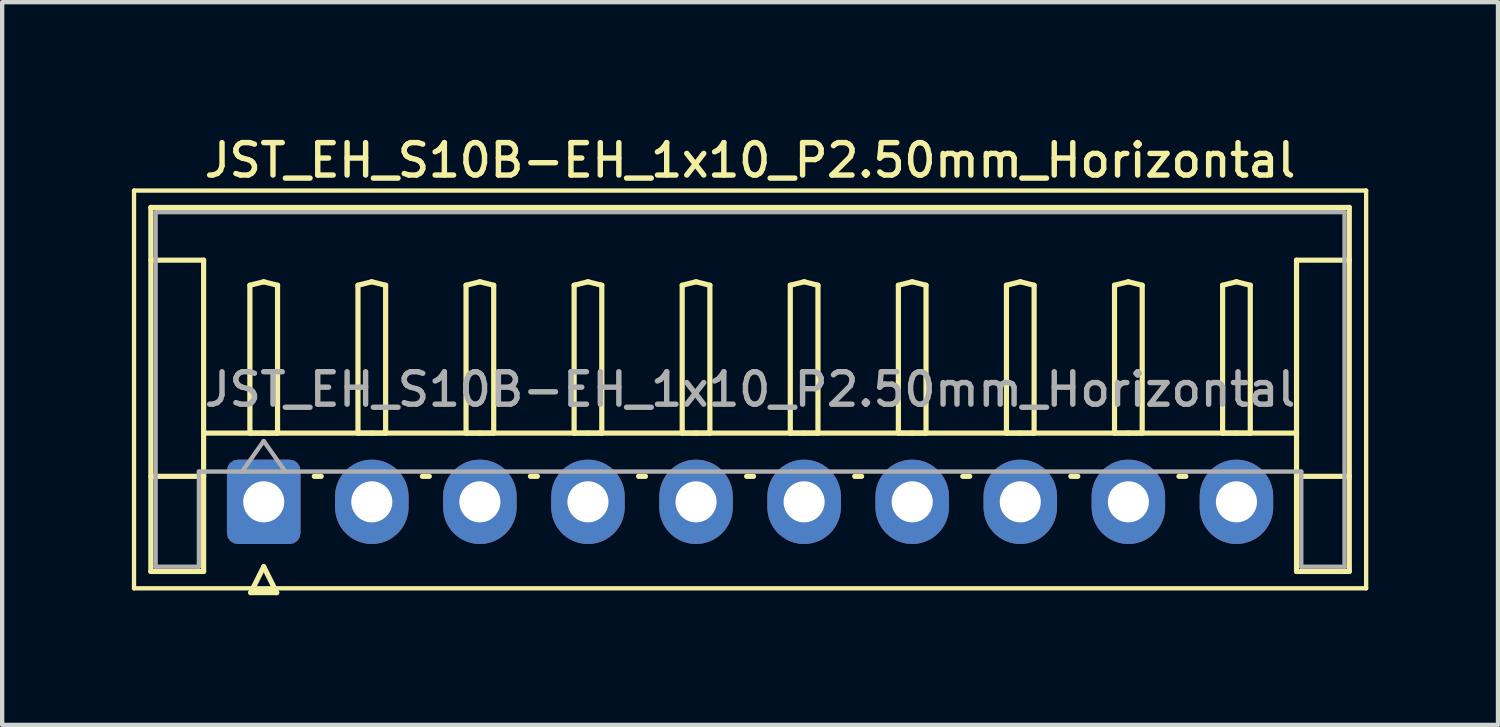
<source format=kicad_pcb>
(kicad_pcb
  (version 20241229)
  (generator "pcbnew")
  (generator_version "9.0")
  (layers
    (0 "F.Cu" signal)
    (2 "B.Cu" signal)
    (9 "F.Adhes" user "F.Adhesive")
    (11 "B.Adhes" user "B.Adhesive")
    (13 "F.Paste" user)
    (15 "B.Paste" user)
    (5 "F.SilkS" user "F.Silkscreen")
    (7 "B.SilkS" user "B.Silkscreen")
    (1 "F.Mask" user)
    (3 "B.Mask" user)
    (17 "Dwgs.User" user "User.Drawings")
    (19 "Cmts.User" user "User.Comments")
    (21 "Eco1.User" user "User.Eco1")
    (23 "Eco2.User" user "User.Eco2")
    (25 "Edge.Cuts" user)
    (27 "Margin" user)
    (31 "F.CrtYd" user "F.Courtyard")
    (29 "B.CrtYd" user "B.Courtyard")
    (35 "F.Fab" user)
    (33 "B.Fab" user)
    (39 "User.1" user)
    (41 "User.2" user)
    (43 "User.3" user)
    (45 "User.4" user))
  (footprint "JST_EH_S10B-EH_1x10_P2.50mm_Horizontal"
    (layer "F.Cu")
    (at 3.05 8.558)
    (property "Reference" "JST_EH_S10B-EH_1x10_P2.50mm_Horizontal" (at 11.25 -7.9 0) (layer "F.SilkS") (effects (font (size 0.75 0.75) (thickness 0.125))))
    (attr through_hole)
    (fp_line (start -3 -7.2) (end -3 2) (stroke (width 0.1) (type solid)) (layer "F.SilkS"))
    (fp_line (start -3 2) (end 25.5 2) (stroke (width 0.1) (type solid)) (layer "F.SilkS"))
    (fp_line (start -2.61 -6.81) (end 25.11 -6.81) (stroke (width 0.12) (type solid)) (layer "F.SilkS"))
    (fp_line (start -2.61 -5.59) (end -1.39 -5.59) (stroke (width 0.12) (type solid)) (layer "F.SilkS"))
    (fp_line (start -2.61 1.61) (end -2.61 -6.81) (stroke (width 0.12) (type solid)) (layer "F.SilkS"))
    (fp_line (start -1.39 -5.59) (end -1.39 -0.59) (stroke (width 0.12) (type solid)) (layer "F.SilkS"))
    (fp_line (start -1.39 -1.59) (end 23.89 -1.59) (stroke (width 0.12) (type solid)) (layer "F.SilkS"))
    (fp_line (start -1.39 -0.59) (end -2.61 -0.59) (stroke (width 0.12) (type solid)) (layer "F.SilkS"))
    (fp_line (start -1.39 -0.59) (end -1.39 1.61) (stroke (width 0.12) (type solid)) (layer "F.SilkS"))
    (fp_line (start -1.39 1.61) (end -2.61 1.61) (stroke (width 0.12) (type solid)) (layer "F.SilkS"))
    (fp_line (start -0.32 -5.01) (end 0 -5.09) (stroke (width 0.12) (type solid)) (layer "F.SilkS"))
    (fp_line (start -0.32 -1.59) (end -0.32 -5.01) (stroke (width 0.12) (type solid)) (layer "F.SilkS"))
    (fp_line (start -0.3 2.1) (end 0.3 2.1) (stroke (width 0.12) (type solid)) (layer "F.SilkS"))
    (fp_line (start 0 -5.09) (end 0.32 -5.01) (stroke (width 0.12) (type solid)) (layer "F.SilkS"))
    (fp_line (start 0 -1.59) (end -0.32 -1.59) (stroke (width 0.12) (type solid)) (layer "F.SilkS"))
    (fp_line (start 0 1.5) (end -0.3 2.1) (stroke (width 0.12) (type solid)) (layer "F.SilkS"))
    (fp_line (start 0.3 2.1) (end 0 1.5) (stroke (width 0.12) (type solid)) (layer "F.SilkS"))
    (fp_line (start 0.32 -5.01) (end 0.32 -1.59) (stroke (width 0.12) (type solid)) (layer "F.SilkS"))
    (fp_line (start 0.32 -1.59) (end 0 -1.59) (stroke (width 0.12) (type solid)) (layer "F.SilkS"))
    (fp_line (start 1.17 -0.59) (end 1.33 -0.59) (stroke (width 0.12) (type solid)) (layer "F.SilkS"))
    (fp_line (start 2.18 -5.01) (end 2.5 -5.09) (stroke (width 0.12) (type solid)) (layer "F.SilkS"))
    (fp_line (start 2.18 -1.59) (end 2.18 -5.01) (stroke (width 0.12) (type solid)) (layer "F.SilkS"))
    (fp_line (start 2.5 -5.09) (end 2.82 -5.01) (stroke (width 0.12) (type solid)) (layer "F.SilkS"))
    (fp_line (start 2.5 -1.59) (end 2.18 -1.59) (stroke (width 0.12) (type solid)) (layer "F.SilkS"))
    (fp_line (start 2.82 -5.01) (end 2.82 -1.59) (stroke (width 0.12) (type solid)) (layer "F.SilkS"))
    (fp_line (start 2.82 -1.59) (end 2.5 -1.59) (stroke (width 0.12) (type solid)) (layer "F.SilkS"))
    (fp_line (start 3.67 -0.59) (end 3.83 -0.59) (stroke (width 0.12) (type solid)) (layer "F.SilkS"))
    (fp_line (start 4.68 -5.01) (end 5 -5.09) (stroke (width 0.12) (type solid)) (layer "F.SilkS"))
    (fp_line (start 4.68 -1.59) (end 4.68 -5.01) (stroke (width 0.12) (type solid)) (layer "F.SilkS"))
    (fp_line (start 5 -5.09) (end 5.32 -5.01) (stroke (width 0.12) (type solid)) (layer "F.SilkS"))
    (fp_line (start 5 -1.59) (end 4.68 -1.59) (stroke (width 0.12) (type solid)) (layer "F.SilkS"))
    (fp_line (start 5.32 -5.01) (end 5.32 -1.59) (stroke (width 0.12) (type solid)) (layer "F.SilkS"))
    (fp_line (start 5.32 -1.59) (end 5 -1.59) (stroke (width 0.12) (type solid)) (layer "F.SilkS"))
    (fp_line (start 6.17 -0.59) (end 6.33 -0.59) (stroke (width 0.12) (type solid)) (layer "F.SilkS"))
    (fp_line (start 7.18 -5.01) (end 7.5 -5.09) (stroke (width 0.12) (type solid)) (layer "F.SilkS"))
    (fp_line (start 7.18 -1.59) (end 7.18 -5.01) (stroke (width 0.12) (type solid)) (layer "F.SilkS"))
    (fp_line (start 7.5 -5.09) (end 7.82 -5.01) (stroke (width 0.12) (type solid)) (layer "F.SilkS"))
    (fp_line (start 7.5 -1.59) (end 7.18 -1.59) (stroke (width 0.12) (type solid)) (layer "F.SilkS"))
    (fp_line (start 7.82 -5.01) (end 7.82 -1.59) (stroke (width 0.12) (type solid)) (layer "F.SilkS"))
    (fp_line (start 7.82 -1.59) (end 7.5 -1.59) (stroke (width 0.12) (type solid)) (layer "F.SilkS"))
    (fp_line (start 8.67 -0.59) (end 8.83 -0.59) (stroke (width 0.12) (type solid)) (layer "F.SilkS"))
    (fp_line (start 9.68 -5.01) (end 10 -5.09) (stroke (width 0.12) (type solid)) (layer "F.SilkS"))
    (fp_line (start 9.68 -1.59) (end 9.68 -5.01) (stroke (width 0.12) (type solid)) (layer "F.SilkS"))
    (fp_line (start 10 -5.09) (end 10.32 -5.01) (stroke (width 0.12) (type solid)) (layer "F.SilkS"))
    (fp_line (start 10 -1.59) (end 9.68 -1.59) (stroke (width 0.12) (type solid)) (layer "F.SilkS"))
    (fp_line (start 10.32 -5.01) (end 10.32 -1.59) (stroke (width 0.12) (type solid)) (layer "F.SilkS"))
    (fp_line (start 10.32 -1.59) (end 10 -1.59) (stroke (width 0.12) (type solid)) (layer "F.SilkS"))
    (fp_line (start 11.17 -0.59) (end 11.33 -0.59) (stroke (width 0.12) (type solid)) (layer "F.SilkS"))
    (fp_line (start 12.18 -5.01) (end 12.5 -5.09) (stroke (width 0.12) (type solid)) (layer "F.SilkS"))
    (fp_line (start 12.18 -1.59) (end 12.18 -5.01) (stroke (width 0.12) (type solid)) (layer "F.SilkS"))
    (fp_line (start 12.5 -5.09) (end 12.82 -5.01) (stroke (width 0.12) (type solid)) (layer "F.SilkS"))
    (fp_line (start 12.5 -1.59) (end 12.18 -1.59) (stroke (width 0.12) (type solid)) (layer "F.SilkS"))
    (fp_line (start 12.82 -5.01) (end 12.82 -1.59) (stroke (width 0.12) (type solid)) (layer "F.SilkS"))
    (fp_line (start 12.82 -1.59) (end 12.5 -1.59) (stroke (width 0.12) (type solid)) (layer "F.SilkS"))
    (fp_line (start 13.67 -0.59) (end 13.83 -0.59) (stroke (width 0.12) (type solid)) (layer "F.SilkS"))
    (fp_line (start 14.68 -5.01) (end 15 -5.09) (stroke (width 0.12) (type solid)) (layer "F.SilkS"))
    (fp_line (start 14.68 -1.59) (end 14.68 -5.01) (stroke (width 0.12) (type solid)) (layer "F.SilkS"))
    (fp_line (start 15 -5.09) (end 15.32 -5.01) (stroke (width 0.12) (type solid)) (layer "F.SilkS"))
    (fp_line (start 15 -1.59) (end 14.68 -1.59) (stroke (width 0.12) (type solid)) (layer "F.SilkS"))
    (fp_line (start 15.32 -5.01) (end 15.32 -1.59) (stroke (width 0.12) (type solid)) (layer "F.SilkS"))
    (fp_line (start 15.32 -1.59) (end 15 -1.59) (stroke (width 0.12) (type solid)) (layer "F.SilkS"))
    (fp_line (start 16.17 -0.59) (end 16.33 -0.59) (stroke (width 0.12) (type solid)) (layer "F.SilkS"))
    (fp_line (start 17.18 -5.01) (end 17.5 -5.09) (stroke (width 0.12) (type solid)) (layer "F.SilkS"))
    (fp_line (start 17.18 -1.59) (end 17.18 -5.01) (stroke (width 0.12) (type solid)) (layer "F.SilkS"))
    (fp_line (start 17.5 -5.09) (end 17.82 -5.01) (stroke (width 0.12) (type solid)) (layer "F.SilkS"))
    (fp_line (start 17.5 -1.59) (end 17.18 -1.59) (stroke (width 0.12) (type solid)) (layer "F.SilkS"))
    (fp_line (start 17.82 -5.01) (end 17.82 -1.59) (stroke (width 0.12) (type solid)) (layer "F.SilkS"))
    (fp_line (start 17.82 -1.59) (end 17.5 -1.59) (stroke (width 0.12) (type solid)) (layer "F.SilkS"))
    (fp_line (start 18.67 -0.59) (end 18.83 -0.59) (stroke (width 0.12) (type solid)) (layer "F.SilkS"))
    (fp_line (start 19.68 -5.01) (end 20 -5.09) (stroke (width 0.12) (type solid)) (layer "F.SilkS"))
    (fp_line (start 19.68 -1.59) (end 19.68 -5.01) (stroke (width 0.12) (type solid)) (layer "F.SilkS"))
    (fp_line (start 20 -5.09) (end 20.32 -5.01) (stroke (width 0.12) (type solid)) (layer "F.SilkS"))
    (fp_line (start 20 -1.59) (end 19.68 -1.59) (stroke (width 0.12) (type solid)) (layer "F.SilkS"))
    (fp_line (start 20.32 -5.01) (end 20.32 -1.59) (stroke (width 0.12) (type solid)) (layer "F.SilkS"))
    (fp_line (start 20.32 -1.59) (end 20 -1.59) (stroke (width 0.12) (type solid)) (layer "F.SilkS"))
    (fp_line (start 21.17 -0.59) (end 21.33 -0.59) (stroke (width 0.12) (type solid)) (layer "F.SilkS"))
    (fp_line (start 22.18 -5.01) (end 22.5 -5.09) (stroke (width 0.12) (type solid)) (layer "F.SilkS"))
    (fp_line (start 22.18 -1.59) (end 22.18 -5.01) (stroke (width 0.12) (type solid)) (layer "F.SilkS"))
    (fp_line (start 22.5 -5.09) (end 22.82 -5.01) (stroke (width 0.12) (type solid)) (layer "F.SilkS"))
    (fp_line (start 22.5 -1.59) (end 22.18 -1.59) (stroke (width 0.12) (type solid)) (layer "F.SilkS"))
    (fp_line (start 22.82 -5.01) (end 22.82 -1.59) (stroke (width 0.12) (type solid)) (layer "F.SilkS"))
    (fp_line (start 22.82 -1.59) (end 22.5 -1.59) (stroke (width 0.12) (type solid)) (layer "F.SilkS"))
    (fp_line (start 23.89 -5.59) (end 23.89 -0.59) (stroke (width 0.12) (type solid)) (layer "F.SilkS"))
    (fp_line (start 23.89 -0.59) (end 25.11 -0.59) (stroke (width 0.12) (type solid)) (layer "F.SilkS"))
    (fp_line (start 23.89 1.61) (end 23.89 -0.59) (stroke (width 0.12) (type solid)) (layer "F.SilkS"))
    (fp_line (start 25.11 -6.81) (end 25.11 1.61) (stroke (width 0.12) (type solid)) (layer "F.SilkS"))
    (fp_line (start 25.11 -5.59) (end 23.89 -5.59) (stroke (width 0.12) (type solid)) (layer "F.SilkS"))
    (fp_line (start 25.11 1.61) (end 23.89 1.61) (stroke (width 0.12) (type solid)) (layer "F.SilkS"))
    (fp_line (start 25.5 -7.2) (end -3 -7.2) (stroke (width 0.1) (type solid)) (layer "F.SilkS"))
    (fp_line (start 25.5 2) (end 25.5 -7.2) (stroke (width 0.1) (type solid)) (layer "F.SilkS"))
    (fp_line (start -2.5 -6.7) (end 25 -6.7) (stroke (width 0.1) (type solid)) (layer "F.Fab"))
    (fp_line (start -2.5 1.5) (end -2.5 -6.7) (stroke (width 0.1) (type solid)) (layer "F.Fab"))
    (fp_line (start -1.5 -0.7) (end -1.5 1.5) (stroke (width 0.1) (type solid)) (layer "F.Fab"))
    (fp_line (start -1.5 1.5) (end -2.5 1.5) (stroke (width 0.1) (type solid)) (layer "F.Fab"))
    (fp_line (start -0.5 -0.7) (end 0 -1.407) (stroke (width 0.1) (type solid)) (layer "F.Fab"))
    (fp_line (start 0 -1.407) (end 0.5 -0.7) (stroke (width 0.1) (type solid)) (layer "F.Fab"))
    (fp_line (start 24 -0.7) (end -1.5 -0.7) (stroke (width 0.1) (type solid)) (layer "F.Fab"))
    (fp_line (start 24 1.5) (end 24 -0.7) (stroke (width 0.1) (type solid)) (layer "F.Fab"))
    (fp_line (start 25 -6.7) (end 25 1.5) (stroke (width 0.1) (type solid)) (layer "F.Fab"))
    (fp_line (start 25 1.5) (end 24 1.5) (stroke (width 0.1) (type solid)) (layer "F.Fab"))
    (fp_text user "${REFERENCE}" (at 11.25 -2.6 0) (layer "F.Fab") (effects (font (size 0.75 0.75) (thickness 0.125))))
    (pad "1" thru_hole roundrect (at 0 0) (size 1.7 1.95) (drill 0.95) (layers "*.Cu" "*.Mask") (roundrect_rratio 0.147))
    (pad "2" thru_hole oval (at 2.5 0) (size 1.7 1.95) (drill 0.95) (layers "*.Cu" "*.Mask"))
    (pad "3" thru_hole oval (at 5 0) (size 1.7 1.95) (drill 0.95) (layers "*.Cu" "*.Mask"))
    (pad "4" thru_hole oval (at 7.5 0) (size 1.7 1.95) (drill 0.95) (layers "*.Cu" "*.Mask"))
    (pad "5" thru_hole oval (at 10 0) (size 1.7 1.95) (drill 0.95) (layers "*.Cu" "*.Mask"))
    (pad "6" thru_hole oval (at 12.5 0) (size 1.7 1.95) (drill 0.95) (layers "*.Cu" "*.Mask"))
    (pad "7" thru_hole oval (at 15 0) (size 1.7 1.95) (drill 0.95) (layers "*.Cu" "*.Mask"))
    (pad "8" thru_hole oval (at 17.5 0) (size 1.7 1.95) (drill 0.95) (layers "*.Cu" "*.Mask"))
    (pad "9" thru_hole oval (at 20 0) (size 1.7 1.95) (drill 0.95) (layers "*.Cu" "*.Mask"))
    (pad "10" thru_hole oval (at 22.5 0) (size 1.7 1.95) (drill 0.95) (layers "*.Cu" "*.Mask")))
  (gr_rect
    (start -3 -3)
    (end 31.6 13.718)
    (stroke (width 0.1) (type default))
    (fill no)
    (layer "Edge.Cuts")))
</source>
